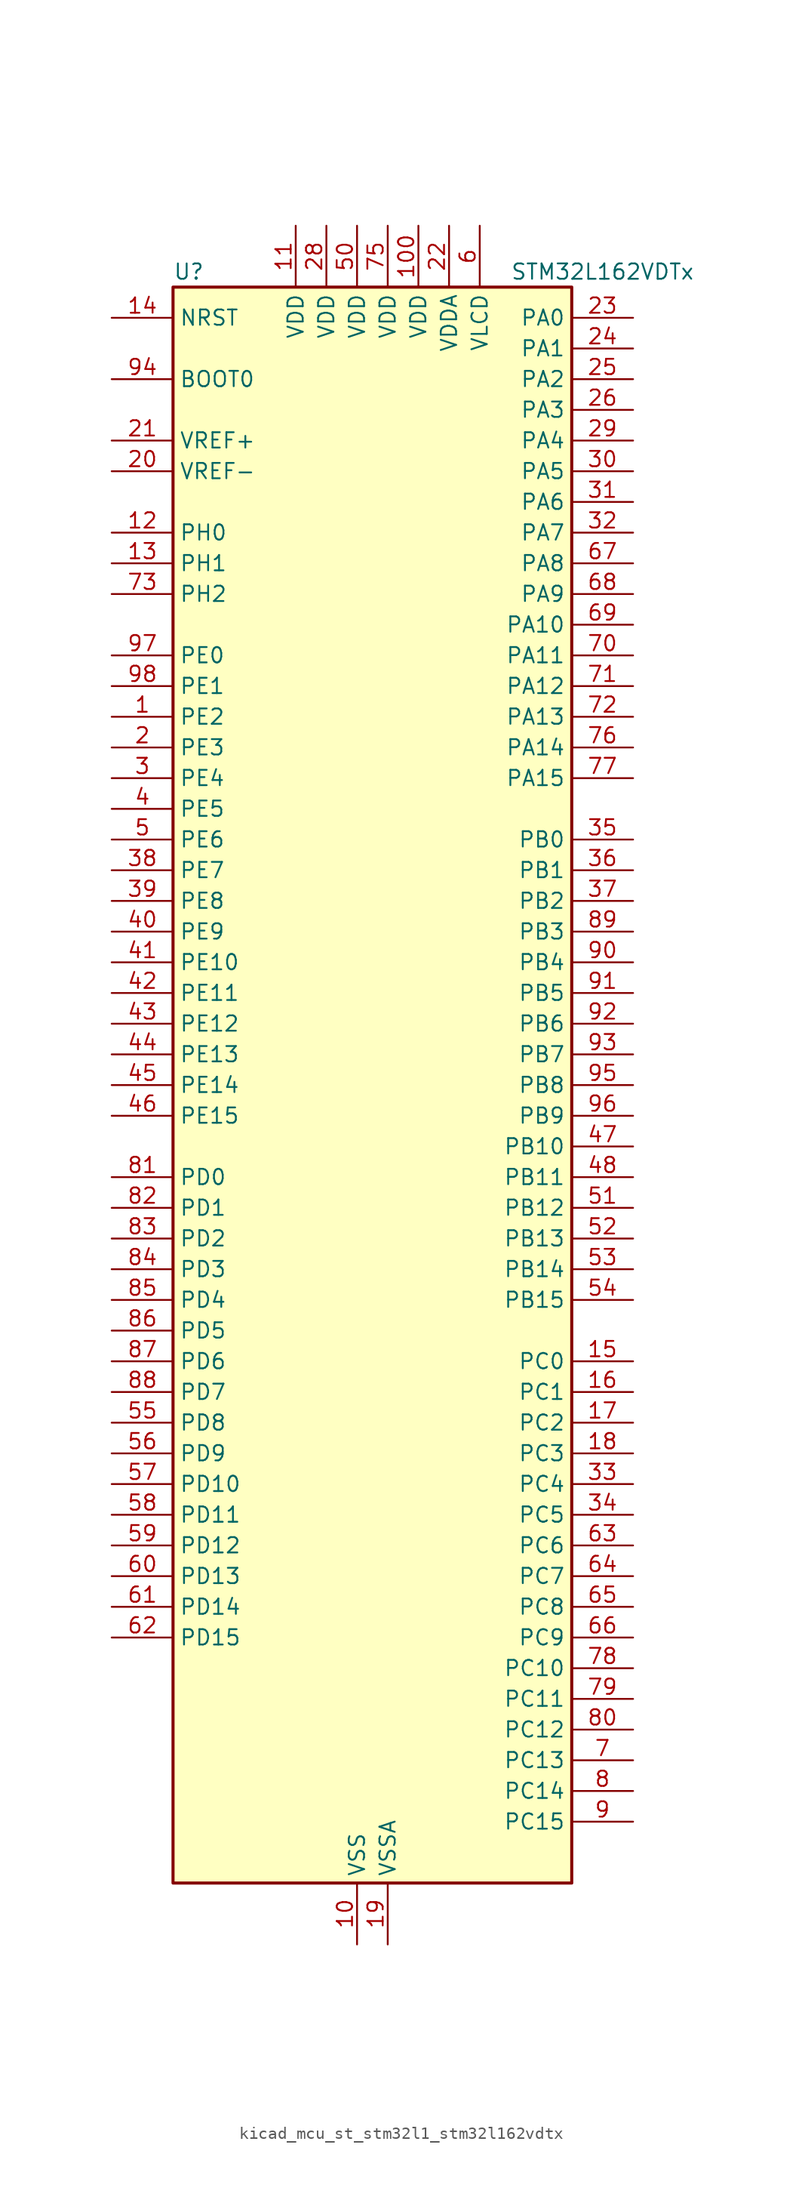
<source format=kicad_sym>
(kicad_symbol_lib
  (version 20220914)
  (generator kicad_symbol_editor)
  (symbol "kicad_mcu_st_stm32l1_stm32l162vdtx"
    (property "Reference" "U"
      (at -15.24 67.31 0)
      (effects (font (size 1.27 1.27)) (justify left)))
    (property "Value" "STM32L162VDTx"
      (at 12.7 67.31 0)
      (effects (font (size 1.27 1.27)) (justify left)))
    (property "ki_locked" ""
      (at 0 0 0)
      (effects (font (size 1.27 1.27))))
    (symbol "kicad_mcu_st_stm32l1_stm32l162vdtx_0_1"
      (rectangle (start -15.24 -66.04) (end 17.78 66.04) (stroke (width 0.254) (type default)) (fill (type background))))
    (symbol "kicad_mcu_st_stm32l1_stm32l162vdtx_1_1"
      (pin bidirectional line (at -20.32 30.48 0) (length 5.08) (name "PE2" (effects (font (size 1.27 1.27)))) (number "1" (effects (font (size 1.27 1.27)))) (alternate "FSMC_A23" bidirectional line) (alternate "LCD_SEG38" bidirectional line) (alternate "SYS_TRACECK" bidirectional line) (alternate "TIM3_ETR" bidirectional line) (alternate "TIMX_IC3" bidirectional line))
      (pin power_in line (at 0 -71.12 90) (length 5.08) (name "VSS" (effects (font (size 1.27 1.27)))) (number "10" (effects (font (size 1.27 1.27)))))
      (pin power_in line (at 5.08 71.12 270) (length 5.08) (name "VDD" (effects (font (size 1.27 1.27)))) (number "100" (effects (font (size 1.27 1.27)))))
      (pin power_in line (at -5.08 71.12 270) (length 5.08) (name "VDD" (effects (font (size 1.27 1.27)))) (number "11" (effects (font (size 1.27 1.27)))))
      (pin bidirectional line (at -20.32 45.72 0) (length 5.08) (name "PH0" (effects (font (size 1.27 1.27)))) (number "12" (effects (font (size 1.27 1.27)))) (alternate "RCC_OSC_IN" bidirectional line))
      (pin bidirectional line (at -20.32 43.18 0) (length 5.08) (name "PH1" (effects (font (size 1.27 1.27)))) (number "13" (effects (font (size 1.27 1.27)))) (alternate "RCC_OSC_OUT" bidirectional line))
      (pin input line (at -20.32 63.5 0) (length 5.08) (name "NRST" (effects (font (size 1.27 1.27)))) (number "14" (effects (font (size 1.27 1.27)))))
      (pin bidirectional line (at 22.86 -22.86 180) (length 5.08) (name "PC0" (effects (font (size 1.27 1.27)))) (number "15" (effects (font (size 1.27 1.27)))) (alternate "ADC_IN10" bidirectional line) (alternate "COMP1_INP" bidirectional line) (alternate "LCD_SEG18" bidirectional line) (alternate "TIMX_IC1" bidirectional line) (alternate "TS_G8_IO1" bidirectional line))
      (pin bidirectional line (at 22.86 -25.4 180) (length 5.08) (name "PC1" (effects (font (size 1.27 1.27)))) (number "16" (effects (font (size 1.27 1.27)))) (alternate "ADC_IN11" bidirectional line) (alternate "COMP1_INP" bidirectional line) (alternate "LCD_SEG19" bidirectional line) (alternate "OPAMP3_VINP" bidirectional line) (alternate "TIMX_IC2" bidirectional line) (alternate "TS_G8_IO2" bidirectional line))
      (pin bidirectional line (at 22.86 -27.94 180) (length 5.08) (name "PC2" (effects (font (size 1.27 1.27)))) (number "17" (effects (font (size 1.27 1.27)))) (alternate "ADC_IN12" bidirectional line) (alternate "COMP1_INP" bidirectional line) (alternate "LCD_SEG20" bidirectional line) (alternate "OPAMP3_VINM" bidirectional line) (alternate "TIMX_IC3" bidirectional line) (alternate "TS_G8_IO3" bidirectional line))
      (pin bidirectional line (at 22.86 -30.48 180) (length 5.08) (name "PC3" (effects (font (size 1.27 1.27)))) (number "18" (effects (font (size 1.27 1.27)))) (alternate "ADC_IN13" bidirectional line) (alternate "COMP1_INP" bidirectional line) (alternate "LCD_SEG21" bidirectional line) (alternate "OPAMP3_VOUT" bidirectional line) (alternate "TIMX_IC4" bidirectional line) (alternate "TS_G8_IO4" bidirectional line))
      (pin power_in line (at 2.54 -71.12 90) (length 5.08) (name "VSSA" (effects (font (size 1.27 1.27)))) (number "19" (effects (font (size 1.27 1.27)))))
      (pin bidirectional line (at -20.32 27.94 0) (length 5.08) (name "PE3" (effects (font (size 1.27 1.27)))) (number "2" (effects (font (size 1.27 1.27)))) (alternate "FSMC_A19" bidirectional line) (alternate "LCD_SEG39" bidirectional line) (alternate "SYS_TRACED0" bidirectional line) (alternate "TIM3_CH1" bidirectional line) (alternate "TIMX_IC4" bidirectional line))
      (pin input line (at -20.32 50.8 0) (length 5.08) (name "VREF-" (effects (font (size 1.27 1.27)))) (number "20" (effects (font (size 1.27 1.27)))))
      (pin input line (at -20.32 53.34 0) (length 5.08) (name "VREF+" (effects (font (size 1.27 1.27)))) (number "21" (effects (font (size 1.27 1.27)))))
      (pin power_in line (at 7.62 71.12 270) (length 5.08) (name "VDDA" (effects (font (size 1.27 1.27)))) (number "22" (effects (font (size 1.27 1.27)))))
      (pin bidirectional line (at 22.86 63.5 180) (length 5.08) (name "PA0" (effects (font (size 1.27 1.27)))) (number "23" (effects (font (size 1.27 1.27)))) (alternate "ADC_IN0" bidirectional line) (alternate "COMP1_INP" bidirectional line) (alternate "RTC_TAMP2" bidirectional line) (alternate "SYS_WKUP1" bidirectional line) (alternate "TIM2_CH1" bidirectional line) (alternate "TIM2_ETR" bidirectional line) (alternate "TIM5_CH1" bidirectional line) (alternate "TIMX_IC1" bidirectional line) (alternate "TS_G1_IO1" bidirectional line) (alternate "USART2_CTS" bidirectional line))
      (pin bidirectional line (at 22.86 60.96 180) (length 5.08) (name "PA1" (effects (font (size 1.27 1.27)))) (number "24" (effects (font (size 1.27 1.27)))) (alternate "ADC_IN1" bidirectional line) (alternate "COMP1_INP" bidirectional line) (alternate "LCD_SEG0" bidirectional line) (alternate "OPAMP1_VINP" bidirectional line) (alternate "TIM2_CH2" bidirectional line) (alternate "TIM5_CH2" bidirectional line) (alternate "TIMX_IC2" bidirectional line) (alternate "TS_G1_IO2" bidirectional line) (alternate "USART2_RTS" bidirectional line))
      (pin bidirectional line (at 22.86 58.42 180) (length 5.08) (name "PA2" (effects (font (size 1.27 1.27)))) (number "25" (effects (font (size 1.27 1.27)))) (alternate "ADC_IN2" bidirectional line) (alternate "COMP1_INP" bidirectional line) (alternate "LCD_SEG1" bidirectional line) (alternate "OPAMP1_VINM" bidirectional line) (alternate "TIM2_CH3" bidirectional line) (alternate "TIM5_CH3" bidirectional line) (alternate "TIM9_CH1" bidirectional line) (alternate "TIMX_IC3" bidirectional line) (alternate "TS_G1_IO3" bidirectional line) (alternate "USART2_TX" bidirectional line))
      (pin bidirectional line (at 22.86 55.88 180) (length 5.08) (name "PA3" (effects (font (size 1.27 1.27)))) (number "26" (effects (font (size 1.27 1.27)))) (alternate "ADC_IN3" bidirectional line) (alternate "COMP1_INP" bidirectional line) (alternate "LCD_SEG2" bidirectional line) (alternate "OPAMP1_VOUT" bidirectional line) (alternate "TIM2_CH4" bidirectional line) (alternate "TIM5_CH4" bidirectional line) (alternate "TIM9_CH2" bidirectional line) (alternate "TIMX_IC4" bidirectional line) (alternate "TS_G1_IO4" bidirectional line) (alternate "USART2_RX" bidirectional line))
      (pin passive line (at 0 -71.12 90) (length 5.08) hide (name "VSS" (effects (font (size 1.27 1.27)))) (number "27" (effects (font (size 1.27 1.27)))))
      (pin power_in line (at -2.54 71.12 270) (length 5.08) (name "VDD" (effects (font (size 1.27 1.27)))) (number "28" (effects (font (size 1.27 1.27)))))
      (pin bidirectional line (at 22.86 53.34 180) (length 5.08) (name "PA4" (effects (font (size 1.27 1.27)))) (number "29" (effects (font (size 1.27 1.27)))) (alternate "ADC_IN4" bidirectional line) (alternate "COMP1_INP" bidirectional line) (alternate "DAC_OUT1" bidirectional line) (alternate "I2S3_WS" bidirectional line) (alternate "SPI1_NSS" bidirectional line) (alternate "SPI3_NSS" bidirectional line) (alternate "TIMX_IC1" bidirectional line) (alternate "USART2_CK" bidirectional line))
      (pin bidirectional line (at -20.32 25.4 0) (length 5.08) (name "PE4" (effects (font (size 1.27 1.27)))) (number "3" (effects (font (size 1.27 1.27)))) (alternate "FSMC_A20" bidirectional line) (alternate "SYS_TRACED1" bidirectional line) (alternate "TIM3_CH2" bidirectional line) (alternate "TIMX_IC1" bidirectional line))
      (pin bidirectional line (at 22.86 50.8 180) (length 5.08) (name "PA5" (effects (font (size 1.27 1.27)))) (number "30" (effects (font (size 1.27 1.27)))) (alternate "ADC_IN5" bidirectional line) (alternate "COMP1_INP" bidirectional line) (alternate "DAC_OUT2" bidirectional line) (alternate "SPI1_SCK" bidirectional line) (alternate "TIM2_CH1" bidirectional line) (alternate "TIM2_ETR" bidirectional line) (alternate "TIMX_IC2" bidirectional line))
      (pin bidirectional line (at 22.86 48.26 180) (length 5.08) (name "PA6" (effects (font (size 1.27 1.27)))) (number "31" (effects (font (size 1.27 1.27)))) (alternate "ADC_IN6" bidirectional line) (alternate "COMP1_INP" bidirectional line) (alternate "LCD_SEG3" bidirectional line) (alternate "OPAMP2_VINP" bidirectional line) (alternate "SPI1_MISO" bidirectional line) (alternate "TIM10_CH1" bidirectional line) (alternate "TIM3_CH1" bidirectional line) (alternate "TIMX_IC3" bidirectional line) (alternate "TS_G2_IO1" bidirectional line))
      (pin bidirectional line (at 22.86 45.72 180) (length 5.08) (name "PA7" (effects (font (size 1.27 1.27)))) (number "32" (effects (font (size 1.27 1.27)))) (alternate "ADC_IN7" bidirectional line) (alternate "COMP1_INP" bidirectional line) (alternate "LCD_SEG4" bidirectional line) (alternate "OPAMP2_VINM" bidirectional line) (alternate "SPI1_MOSI" bidirectional line) (alternate "TIM11_CH1" bidirectional line) (alternate "TIM3_CH2" bidirectional line) (alternate "TIMX_IC4" bidirectional line) (alternate "TS_G2_IO2" bidirectional line))
      (pin bidirectional line (at 22.86 -33.02 180) (length 5.08) (name "PC4" (effects (font (size 1.27 1.27)))) (number "33" (effects (font (size 1.27 1.27)))) (alternate "ADC_IN14" bidirectional line) (alternate "COMP1_INP" bidirectional line) (alternate "LCD_SEG22" bidirectional line) (alternate "TIMX_IC1" bidirectional line) (alternate "TS_G9_IO1" bidirectional line))
      (pin bidirectional line (at 22.86 -35.56 180) (length 5.08) (name "PC5" (effects (font (size 1.27 1.27)))) (number "34" (effects (font (size 1.27 1.27)))) (alternate "ADC_IN15" bidirectional line) (alternate "COMP1_INP" bidirectional line) (alternate "LCD_SEG23" bidirectional line) (alternate "TIMX_IC2" bidirectional line) (alternate "TS_G9_IO2" bidirectional line))
      (pin bidirectional line (at 22.86 20.32 180) (length 5.08) (name "PB0" (effects (font (size 1.27 1.27)))) (number "35" (effects (font (size 1.27 1.27)))) (alternate "ADC_IN8" bidirectional line) (alternate "COMP1_INP" bidirectional line) (alternate "LCD_SEG5" bidirectional line) (alternate "OPAMP2_VOUT" bidirectional line) (alternate "SYS_V_REF_OUT" bidirectional line) (alternate "TIM3_CH3" bidirectional line) (alternate "TS_G3_IO1" bidirectional line))
      (pin bidirectional line (at 22.86 17.78 180) (length 5.08) (name "PB1" (effects (font (size 1.27 1.27)))) (number "36" (effects (font (size 1.27 1.27)))) (alternate "ADC_IN9" bidirectional line) (alternate "COMP1_INP" bidirectional line) (alternate "LCD_SEG6" bidirectional line) (alternate "SYS_V_REF_OUT" bidirectional line) (alternate "TIM3_CH4" bidirectional line) (alternate "TS_G3_IO2" bidirectional line))
      (pin bidirectional line (at 22.86 15.24 180) (length 5.08) (name "PB2" (effects (font (size 1.27 1.27)))) (number "37" (effects (font (size 1.27 1.27)))) (alternate "TS_G3_IO3" bidirectional line))
      (pin bidirectional line (at -20.32 17.78 0) (length 5.08) (name "PE7" (effects (font (size 1.27 1.27)))) (number "38" (effects (font (size 1.27 1.27)))) (alternate "ADC_IN22" bidirectional line) (alternate "COMP1_INP" bidirectional line) (alternate "FSMC_D4" bidirectional line) (alternate "FSMC_DA4" bidirectional line) (alternate "TIMX_IC4" bidirectional line))
      (pin bidirectional line (at -20.32 15.24 0) (length 5.08) (name "PE8" (effects (font (size 1.27 1.27)))) (number "39" (effects (font (size 1.27 1.27)))) (alternate "ADC_IN23" bidirectional line) (alternate "COMP1_INP" bidirectional line) (alternate "FSMC_D5" bidirectional line) (alternate "FSMC_DA5" bidirectional line) (alternate "TIMX_IC1" bidirectional line))
      (pin bidirectional line (at -20.32 22.86 0) (length 5.08) (name "PE5" (effects (font (size 1.27 1.27)))) (number "4" (effects (font (size 1.27 1.27)))) (alternate "FSMC_A21" bidirectional line) (alternate "SYS_TRACED2" bidirectional line) (alternate "TIM9_CH1" bidirectional line) (alternate "TIMX_IC2" bidirectional line))
      (pin bidirectional line (at -20.32 12.7 0) (length 5.08) (name "PE9" (effects (font (size 1.27 1.27)))) (number "40" (effects (font (size 1.27 1.27)))) (alternate "ADC_IN24" bidirectional line) (alternate "COMP1_INP" bidirectional line) (alternate "DAC_EXTI9" bidirectional line) (alternate "FSMC_D6" bidirectional line) (alternate "FSMC_DA6" bidirectional line) (alternate "TIM2_CH1" bidirectional line) (alternate "TIM2_ETR" bidirectional line) (alternate "TIMX_IC2" bidirectional line))
      (pin bidirectional line (at -20.32 10.16 0) (length 5.08) (name "PE10" (effects (font (size 1.27 1.27)))) (number "41" (effects (font (size 1.27 1.27)))) (alternate "ADC_IN25" bidirectional line) (alternate "COMP1_INP" bidirectional line) (alternate "FSMC_D7" bidirectional line) (alternate "FSMC_DA7" bidirectional line) (alternate "TIM2_CH2" bidirectional line) (alternate "TIMX_IC3" bidirectional line))
      (pin bidirectional line (at -20.32 7.62 0) (length 5.08) (name "PE11" (effects (font (size 1.27 1.27)))) (number "42" (effects (font (size 1.27 1.27)))) (alternate "ADC_EXTI11" bidirectional line) (alternate "FSMC_D8" bidirectional line) (alternate "FSMC_DA8" bidirectional line) (alternate "TIM2_CH3" bidirectional line) (alternate "TIMX_IC4" bidirectional line))
      (pin bidirectional line (at -20.32 5.08 0) (length 5.08) (name "PE12" (effects (font (size 1.27 1.27)))) (number "43" (effects (font (size 1.27 1.27)))) (alternate "FSMC_D9" bidirectional line) (alternate "FSMC_DA9" bidirectional line) (alternate "SPI1_NSS" bidirectional line) (alternate "TIM2_CH4" bidirectional line) (alternate "TIMX_IC1" bidirectional line))
      (pin bidirectional line (at -20.32 2.54 0) (length 5.08) (name "PE13" (effects (font (size 1.27 1.27)))) (number "44" (effects (font (size 1.27 1.27)))) (alternate "FSMC_D10" bidirectional line) (alternate "FSMC_DA10" bidirectional line) (alternate "SPI1_SCK" bidirectional line) (alternate "TIMX_IC2" bidirectional line))
      (pin bidirectional line (at -20.32 0 0) (length 5.08) (name "PE14" (effects (font (size 1.27 1.27)))) (number "45" (effects (font (size 1.27 1.27)))) (alternate "FSMC_D11" bidirectional line) (alternate "FSMC_DA11" bidirectional line) (alternate "SPI1_MISO" bidirectional line) (alternate "TIMX_IC3" bidirectional line))
      (pin bidirectional line (at -20.32 -2.54 0) (length 5.08) (name "PE15" (effects (font (size 1.27 1.27)))) (number "46" (effects (font (size 1.27 1.27)))) (alternate "ADC_EXTI15" bidirectional line) (alternate "FSMC_D12" bidirectional line) (alternate "FSMC_DA12" bidirectional line) (alternate "SPI1_MOSI" bidirectional line) (alternate "TIMX_IC4" bidirectional line))
      (pin bidirectional line (at 22.86 -5.08 180) (length 5.08) (name "PB10" (effects (font (size 1.27 1.27)))) (number "47" (effects (font (size 1.27 1.27)))) (alternate "I2C2_SCL" bidirectional line) (alternate "LCD_SEG10" bidirectional line) (alternate "TIM2_CH3" bidirectional line) (alternate "USART3_TX" bidirectional line))
      (pin bidirectional line (at 22.86 -7.62 180) (length 5.08) (name "PB11" (effects (font (size 1.27 1.27)))) (number "48" (effects (font (size 1.27 1.27)))) (alternate "ADC_EXTI11" bidirectional line) (alternate "I2C2_SDA" bidirectional line) (alternate "LCD_SEG11" bidirectional line) (alternate "TIM2_CH4" bidirectional line) (alternate "USART3_RX" bidirectional line))
      (pin passive line (at 0 -71.12 90) (length 5.08) hide (name "VSS" (effects (font (size 1.27 1.27)))) (number "49" (effects (font (size 1.27 1.27)))))
      (pin bidirectional line (at -20.32 20.32 0) (length 5.08) (name "PE6" (effects (font (size 1.27 1.27)))) (number "5" (effects (font (size 1.27 1.27)))) (alternate "RTC_TAMP3" bidirectional line) (alternate "SYS_TRACED3" bidirectional line) (alternate "SYS_WKUP3" bidirectional line) (alternate "TIM9_CH2" bidirectional line) (alternate "TIMX_IC3" bidirectional line))
      (pin power_in line (at 0 71.12 270) (length 5.08) (name "VDD" (effects (font (size 1.27 1.27)))) (number "50" (effects (font (size 1.27 1.27)))))
      (pin bidirectional line (at 22.86 -10.16 180) (length 5.08) (name "PB12" (effects (font (size 1.27 1.27)))) (number "51" (effects (font (size 1.27 1.27)))) (alternate "ADC_IN18" bidirectional line) (alternate "COMP1_INP" bidirectional line) (alternate "I2C2_SMBA" bidirectional line) (alternate "I2S2_WS" bidirectional line) (alternate "LCD_SEG12" bidirectional line) (alternate "SPI2_NSS" bidirectional line) (alternate "TIM10_CH1" bidirectional line) (alternate "TS_G7_IO1" bidirectional line) (alternate "USART3_CK" bidirectional line))
      (pin bidirectional line (at 22.86 -12.7 180) (length 5.08) (name "PB13" (effects (font (size 1.27 1.27)))) (number "52" (effects (font (size 1.27 1.27)))) (alternate "ADC_IN19" bidirectional line) (alternate "COMP1_INP" bidirectional line) (alternate "I2S2_CK" bidirectional line) (alternate "LCD_SEG13" bidirectional line) (alternate "SPI2_SCK" bidirectional line) (alternate "TIM9_CH1" bidirectional line) (alternate "TS_G7_IO2" bidirectional line) (alternate "USART3_CTS" bidirectional line))
      (pin bidirectional line (at 22.86 -15.24 180) (length 5.08) (name "PB14" (effects (font (size 1.27 1.27)))) (number "53" (effects (font (size 1.27 1.27)))) (alternate "ADC_IN20" bidirectional line) (alternate "COMP1_INP" bidirectional line) (alternate "LCD_SEG14" bidirectional line) (alternate "SPI2_MISO" bidirectional line) (alternate "TIM9_CH2" bidirectional line) (alternate "TS_G7_IO3" bidirectional line) (alternate "USART3_RTS" bidirectional line))
      (pin bidirectional line (at 22.86 -17.78 180) (length 5.08) (name "PB15" (effects (font (size 1.27 1.27)))) (number "54" (effects (font (size 1.27 1.27)))) (alternate "ADC_EXTI15" bidirectional line) (alternate "ADC_IN21" bidirectional line) (alternate "COMP1_INP" bidirectional line) (alternate "I2S2_SD" bidirectional line) (alternate "LCD_SEG15" bidirectional line) (alternate "RTC_REFIN" bidirectional line) (alternate "SPI2_MOSI" bidirectional line) (alternate "TIM11_CH1" bidirectional line) (alternate "TS_G7_IO4" bidirectional line))
      (pin bidirectional line (at -20.32 -27.94 0) (length 5.08) (name "PD8" (effects (font (size 1.27 1.27)))) (number "55" (effects (font (size 1.27 1.27)))) (alternate "FSMC_D13" bidirectional line) (alternate "FSMC_DA13" bidirectional line) (alternate "LCD_SEG28" bidirectional line) (alternate "TIMX_IC1" bidirectional line) (alternate "USART3_TX" bidirectional line))
      (pin bidirectional line (at -20.32 -30.48 0) (length 5.08) (name "PD9" (effects (font (size 1.27 1.27)))) (number "56" (effects (font (size 1.27 1.27)))) (alternate "DAC_EXTI9" bidirectional line) (alternate "FSMC_D14" bidirectional line) (alternate "FSMC_DA14" bidirectional line) (alternate "LCD_SEG29" bidirectional line) (alternate "TIMX_IC2" bidirectional line) (alternate "USART3_RX" bidirectional line))
      (pin bidirectional line (at -20.32 -33.02 0) (length 5.08) (name "PD10" (effects (font (size 1.27 1.27)))) (number "57" (effects (font (size 1.27 1.27)))) (alternate "FSMC_D15" bidirectional line) (alternate "FSMC_DA15" bidirectional line) (alternate "LCD_SEG30" bidirectional line) (alternate "TIMX_IC3" bidirectional line) (alternate "USART3_CK" bidirectional line))
      (pin bidirectional line (at -20.32 -35.56 0) (length 5.08) (name "PD11" (effects (font (size 1.27 1.27)))) (number "58" (effects (font (size 1.27 1.27)))) (alternate "ADC_EXTI11" bidirectional line) (alternate "FSMC_A16" bidirectional line) (alternate "LCD_SEG31" bidirectional line) (alternate "TIMX_IC4" bidirectional line) (alternate "USART3_CTS" bidirectional line))
      (pin bidirectional line (at -20.32 -38.1 0) (length 5.08) (name "PD12" (effects (font (size 1.27 1.27)))) (number "59" (effects (font (size 1.27 1.27)))) (alternate "FSMC_A17" bidirectional line) (alternate "LCD_SEG32" bidirectional line) (alternate "TIM4_CH1" bidirectional line) (alternate "TIMX_IC1" bidirectional line) (alternate "USART3_RTS" bidirectional line))
      (pin power_in line (at 10.16 71.12 270) (length 5.08) (name "VLCD" (effects (font (size 1.27 1.27)))) (number "6" (effects (font (size 1.27 1.27)))))
      (pin bidirectional line (at -20.32 -40.64 0) (length 5.08) (name "PD13" (effects (font (size 1.27 1.27)))) (number "60" (effects (font (size 1.27 1.27)))) (alternate "FSMC_A18" bidirectional line) (alternate "LCD_SEG33" bidirectional line) (alternate "TIM4_CH2" bidirectional line) (alternate "TIMX_IC2" bidirectional line))
      (pin bidirectional line (at -20.32 -43.18 0) (length 5.08) (name "PD14" (effects (font (size 1.27 1.27)))) (number "61" (effects (font (size 1.27 1.27)))) (alternate "FSMC_D0" bidirectional line) (alternate "FSMC_DA0" bidirectional line) (alternate "LCD_SEG34" bidirectional line) (alternate "TIM4_CH3" bidirectional line) (alternate "TIMX_IC3" bidirectional line))
      (pin bidirectional line (at -20.32 -45.72 0) (length 5.08) (name "PD15" (effects (font (size 1.27 1.27)))) (number "62" (effects (font (size 1.27 1.27)))) (alternate "ADC_EXTI15" bidirectional line) (alternate "FSMC_D1" bidirectional line) (alternate "FSMC_DA1" bidirectional line) (alternate "LCD_SEG35" bidirectional line) (alternate "TIM4_CH4" bidirectional line) (alternate "TIMX_IC4" bidirectional line))
      (pin bidirectional line (at 22.86 -38.1 180) (length 5.08) (name "PC6" (effects (font (size 1.27 1.27)))) (number "63" (effects (font (size 1.27 1.27)))) (alternate "I2S2_MCK" bidirectional line) (alternate "LCD_SEG24" bidirectional line) (alternate "SDIO_D6" bidirectional line) (alternate "TIM3_CH1" bidirectional line) (alternate "TIMX_IC3" bidirectional line) (alternate "TS_G10_IO1" bidirectional line))
      (pin bidirectional line (at 22.86 -40.64 180) (length 5.08) (name "PC7" (effects (font (size 1.27 1.27)))) (number "64" (effects (font (size 1.27 1.27)))) (alternate "I2S3_MCK" bidirectional line) (alternate "LCD_SEG25" bidirectional line) (alternate "SDIO_D7" bidirectional line) (alternate "TIM3_CH2" bidirectional line) (alternate "TIMX_IC4" bidirectional line) (alternate "TS_G10_IO2" bidirectional line))
      (pin bidirectional line (at 22.86 -43.18 180) (length 5.08) (name "PC8" (effects (font (size 1.27 1.27)))) (number "65" (effects (font (size 1.27 1.27)))) (alternate "LCD_SEG26" bidirectional line) (alternate "SDIO_D0" bidirectional line) (alternate "TIM3_CH3" bidirectional line) (alternate "TIMX_IC1" bidirectional line) (alternate "TS_G10_IO3" bidirectional line))
      (pin bidirectional line (at 22.86 -45.72 180) (length 5.08) (name "PC9" (effects (font (size 1.27 1.27)))) (number "66" (effects (font (size 1.27 1.27)))) (alternate "DAC_EXTI9" bidirectional line) (alternate "LCD_SEG27" bidirectional line) (alternate "SDIO_D1" bidirectional line) (alternate "TIM3_CH4" bidirectional line) (alternate "TIMX_IC2" bidirectional line) (alternate "TS_G10_IO4" bidirectional line))
      (pin bidirectional line (at 22.86 43.18 180) (length 5.08) (name "PA8" (effects (font (size 1.27 1.27)))) (number "67" (effects (font (size 1.27 1.27)))) (alternate "LCD_COM0" bidirectional line) (alternate "RCC_MCO" bidirectional line) (alternate "TIMX_IC1" bidirectional line) (alternate "TS_G4_IO1" bidirectional line) (alternate "USART1_CK" bidirectional line))
      (pin bidirectional line (at 22.86 40.64 180) (length 5.08) (name "PA9" (effects (font (size 1.27 1.27)))) (number "68" (effects (font (size 1.27 1.27)))) (alternate "DAC_EXTI9" bidirectional line) (alternate "LCD_COM1" bidirectional line) (alternate "TIMX_IC2" bidirectional line) (alternate "TS_G4_IO2" bidirectional line) (alternate "USART1_TX" bidirectional line))
      (pin bidirectional line (at 22.86 38.1 180) (length 5.08) (name "PA10" (effects (font (size 1.27 1.27)))) (number "69" (effects (font (size 1.27 1.27)))) (alternate "LCD_COM2" bidirectional line) (alternate "TIMX_IC3" bidirectional line) (alternate "TS_G4_IO3" bidirectional line) (alternate "USART1_RX" bidirectional line))
      (pin bidirectional line (at 22.86 -55.88 180) (length 5.08) (name "PC13" (effects (font (size 1.27 1.27)))) (number "7" (effects (font (size 1.27 1.27)))) (alternate "RTC_OUT_ALARM" bidirectional line) (alternate "RTC_OUT_CALIB" bidirectional line) (alternate "RTC_TAMP1" bidirectional line) (alternate "RTC_TS" bidirectional line) (alternate "SYS_WKUP2" bidirectional line) (alternate "TIMX_IC2" bidirectional line))
      (pin bidirectional line (at 22.86 35.56 180) (length 5.08) (name "PA11" (effects (font (size 1.27 1.27)))) (number "70" (effects (font (size 1.27 1.27)))) (alternate "ADC_EXTI11" bidirectional line) (alternate "SPI1_MISO" bidirectional line) (alternate "TIMX_IC4" bidirectional line) (alternate "USART1_CTS" bidirectional line) (alternate "USB_DM" bidirectional line))
      (pin bidirectional line (at 22.86 33.02 180) (length 5.08) (name "PA12" (effects (font (size 1.27 1.27)))) (number "71" (effects (font (size 1.27 1.27)))) (alternate "SPI1_MOSI" bidirectional line) (alternate "TIMX_IC1" bidirectional line) (alternate "USART1_RTS" bidirectional line) (alternate "USB_DP" bidirectional line))
      (pin bidirectional line (at 22.86 30.48 180) (length 5.08) (name "PA13" (effects (font (size 1.27 1.27)))) (number "72" (effects (font (size 1.27 1.27)))) (alternate "SYS_JTMS-SWDIO" bidirectional line) (alternate "TIMX_IC2" bidirectional line) (alternate "TS_G5_IO1" bidirectional line))
      (pin bidirectional line (at -20.32 40.64 0) (length 5.08) (name "PH2" (effects (font (size 1.27 1.27)))) (number "73" (effects (font (size 1.27 1.27)))) (alternate "FSMC_A22" bidirectional line))
      (pin passive line (at 0 -71.12 90) (length 5.08) hide (name "VSS" (effects (font (size 1.27 1.27)))) (number "74" (effects (font (size 1.27 1.27)))))
      (pin power_in line (at 2.54 71.12 270) (length 5.08) (name "VDD" (effects (font (size 1.27 1.27)))) (number "75" (effects (font (size 1.27 1.27)))))
      (pin bidirectional line (at 22.86 27.94 180) (length 5.08) (name "PA14" (effects (font (size 1.27 1.27)))) (number "76" (effects (font (size 1.27 1.27)))) (alternate "SYS_JTCK-SWCLK" bidirectional line) (alternate "TIMX_IC3" bidirectional line) (alternate "TS_G5_IO2" bidirectional line))
      (pin bidirectional line (at 22.86 25.4 180) (length 5.08) (name "PA15" (effects (font (size 1.27 1.27)))) (number "77" (effects (font (size 1.27 1.27)))) (alternate "ADC_EXTI15" bidirectional line) (alternate "I2S3_WS" bidirectional line) (alternate "LCD_SEG17" bidirectional line) (alternate "SPI1_NSS" bidirectional line) (alternate "SPI3_NSS" bidirectional line) (alternate "SYS_JTDI" bidirectional line) (alternate "TIM2_CH1" bidirectional line) (alternate "TIM2_ETR" bidirectional line) (alternate "TIMX_IC4" bidirectional line) (alternate "TS_G5_IO3" bidirectional line))
      (pin bidirectional line (at 22.86 -48.26 180) (length 5.08) (name "PC10" (effects (font (size 1.27 1.27)))) (number "78" (effects (font (size 1.27 1.27)))) (alternate "I2S3_CK" bidirectional line) (alternate "LCD_COM4" bidirectional line) (alternate "LCD_SEG28" bidirectional line) (alternate "LCD_SEG40" bidirectional line) (alternate "SDIO_D2" bidirectional line) (alternate "SPI3_SCK" bidirectional line) (alternate "TIMX_IC3" bidirectional line) (alternate "UART4_TX" bidirectional line) (alternate "USART3_TX" bidirectional line))
      (pin bidirectional line (at 22.86 -50.8 180) (length 5.08) (name "PC11" (effects (font (size 1.27 1.27)))) (number "79" (effects (font (size 1.27 1.27)))) (alternate "ADC_EXTI11" bidirectional line) (alternate "LCD_COM5" bidirectional line) (alternate "LCD_SEG29" bidirectional line) (alternate "LCD_SEG41" bidirectional line) (alternate "SDIO_D3" bidirectional line) (alternate "SPI3_MISO" bidirectional line) (alternate "TIMX_IC4" bidirectional line) (alternate "UART4_RX" bidirectional line) (alternate "USART3_RX" bidirectional line))
      (pin bidirectional line (at 22.86 -58.42 180) (length 5.08) (name "PC14" (effects (font (size 1.27 1.27)))) (number "8" (effects (font (size 1.27 1.27)))) (alternate "RCC_OSC32_IN" bidirectional line) (alternate "TIMX_IC3" bidirectional line))
      (pin bidirectional line (at 22.86 -53.34 180) (length 5.08) (name "PC12" (effects (font (size 1.27 1.27)))) (number "80" (effects (font (size 1.27 1.27)))) (alternate "I2S3_SD" bidirectional line) (alternate "LCD_COM6" bidirectional line) (alternate "LCD_SEG30" bidirectional line) (alternate "LCD_SEG42" bidirectional line) (alternate "SDIO_CK" bidirectional line) (alternate "SPI3_MOSI" bidirectional line) (alternate "TIMX_IC1" bidirectional line) (alternate "UART5_TX" bidirectional line) (alternate "USART3_CK" bidirectional line))
      (pin bidirectional line (at -20.32 -7.62 0) (length 5.08) (name "PD0" (effects (font (size 1.27 1.27)))) (number "81" (effects (font (size 1.27 1.27)))) (alternate "FSMC_D2" bidirectional line) (alternate "FSMC_DA2" bidirectional line) (alternate "I2S2_WS" bidirectional line) (alternate "SPI2_NSS" bidirectional line) (alternate "TIM9_CH1" bidirectional line) (alternate "TIMX_IC1" bidirectional line))
      (pin bidirectional line (at -20.32 -10.16 0) (length 5.08) (name "PD1" (effects (font (size 1.27 1.27)))) (number "82" (effects (font (size 1.27 1.27)))) (alternate "FSMC_D3" bidirectional line) (alternate "FSMC_DA3" bidirectional line) (alternate "I2S2_CK" bidirectional line) (alternate "SPI2_SCK" bidirectional line) (alternate "TIMX_IC2" bidirectional line))
      (pin bidirectional line (at -20.32 -12.7 0) (length 5.08) (name "PD2" (effects (font (size 1.27 1.27)))) (number "83" (effects (font (size 1.27 1.27)))) (alternate "LCD_COM7" bidirectional line) (alternate "LCD_SEG31" bidirectional line) (alternate "LCD_SEG43" bidirectional line) (alternate "SDIO_CMD" bidirectional line) (alternate "TIM3_ETR" bidirectional line) (alternate "TIMX_IC3" bidirectional line) (alternate "UART5_RX" bidirectional line))
      (pin bidirectional line (at -20.32 -15.24 0) (length 5.08) (name "PD3" (effects (font (size 1.27 1.27)))) (number "84" (effects (font (size 1.27 1.27)))) (alternate "FSMC_CLK" bidirectional line) (alternate "SPI2_MISO" bidirectional line) (alternate "TIMX_IC4" bidirectional line) (alternate "USART2_CTS" bidirectional line))
      (pin bidirectional line (at -20.32 -17.78 0) (length 5.08) (name "PD4" (effects (font (size 1.27 1.27)))) (number "85" (effects (font (size 1.27 1.27)))) (alternate "FSMC_NOE" bidirectional line) (alternate "I2S2_SD" bidirectional line) (alternate "SPI2_MOSI" bidirectional line) (alternate "TIMX_IC1" bidirectional line) (alternate "USART2_RTS" bidirectional line))
      (pin bidirectional line (at -20.32 -20.32 0) (length 5.08) (name "PD5" (effects (font (size 1.27 1.27)))) (number "86" (effects (font (size 1.27 1.27)))) (alternate "FSMC_NWE" bidirectional line) (alternate "TIMX_IC2" bidirectional line) (alternate "USART2_TX" bidirectional line))
      (pin bidirectional line (at -20.32 -22.86 0) (length 5.08) (name "PD6" (effects (font (size 1.27 1.27)))) (number "87" (effects (font (size 1.27 1.27)))) (alternate "FSMC_NWAIT" bidirectional line) (alternate "TIMX_IC3" bidirectional line) (alternate "USART2_RX" bidirectional line))
      (pin bidirectional line (at -20.32 -25.4 0) (length 5.08) (name "PD7" (effects (font (size 1.27 1.27)))) (number "88" (effects (font (size 1.27 1.27)))) (alternate "FSMC_NE1" bidirectional line) (alternate "TIM9_CH2" bidirectional line) (alternate "TIMX_IC4" bidirectional line) (alternate "USART2_CK" bidirectional line))
      (pin bidirectional line (at 22.86 12.7 180) (length 5.08) (name "PB3" (effects (font (size 1.27 1.27)))) (number "89" (effects (font (size 1.27 1.27)))) (alternate "COMP2_INM" bidirectional line) (alternate "I2S3_CK" bidirectional line) (alternate "LCD_SEG7" bidirectional line) (alternate "SPI1_SCK" bidirectional line) (alternate "SPI3_SCK" bidirectional line) (alternate "SYS_JTDO-TRACESWO" bidirectional line) (alternate "TIM2_CH2" bidirectional line))
      (pin bidirectional line (at 22.86 -60.96 180) (length 5.08) (name "PC15" (effects (font (size 1.27 1.27)))) (number "9" (effects (font (size 1.27 1.27)))) (alternate "ADC_EXTI15" bidirectional line) (alternate "RCC_OSC32_OUT" bidirectional line) (alternate "TIMX_IC4" bidirectional line))
      (pin bidirectional line (at 22.86 10.16 180) (length 5.08) (name "PB4" (effects (font (size 1.27 1.27)))) (number "90" (effects (font (size 1.27 1.27)))) (alternate "COMP2_INP" bidirectional line) (alternate "LCD_SEG8" bidirectional line) (alternate "SPI1_MISO" bidirectional line) (alternate "SPI3_MISO" bidirectional line) (alternate "SYS_JTRST" bidirectional line) (alternate "TIM3_CH1" bidirectional line) (alternate "TS_G6_IO1" bidirectional line))
      (pin bidirectional line (at 22.86 7.62 180) (length 5.08) (name "PB5" (effects (font (size 1.27 1.27)))) (number "91" (effects (font (size 1.27 1.27)))) (alternate "COMP2_INP" bidirectional line) (alternate "I2C1_SMBA" bidirectional line) (alternate "I2S3_SD" bidirectional line) (alternate "LCD_SEG9" bidirectional line) (alternate "SPI1_MOSI" bidirectional line) (alternate "SPI3_MOSI" bidirectional line) (alternate "TIM3_CH2" bidirectional line) (alternate "TS_G6_IO2" bidirectional line))
      (pin bidirectional line (at 22.86 5.08 180) (length 5.08) (name "PB6" (effects (font (size 1.27 1.27)))) (number "92" (effects (font (size 1.27 1.27)))) (alternate "COMP2_INP" bidirectional line) (alternate "I2C1_SCL" bidirectional line) (alternate "TIM4_CH1" bidirectional line) (alternate "TS_G6_IO3" bidirectional line) (alternate "USART1_TX" bidirectional line))
      (pin bidirectional line (at 22.86 2.54 180) (length 5.08) (name "PB7" (effects (font (size 1.27 1.27)))) (number "93" (effects (font (size 1.27 1.27)))) (alternate "COMP2_INP" bidirectional line) (alternate "FSMC_NL" bidirectional line) (alternate "I2C1_SDA" bidirectional line) (alternate "SYS_PVD_IN" bidirectional line) (alternate "TIM4_CH2" bidirectional line) (alternate "TS_G6_IO4" bidirectional line) (alternate "USART1_RX" bidirectional line))
      (pin input line (at -20.32 58.42 0) (length 5.08) (name "BOOT0" (effects (font (size 1.27 1.27)))) (number "94" (effects (font (size 1.27 1.27)))))
      (pin bidirectional line (at 22.86 0 180) (length 5.08) (name "PB8" (effects (font (size 1.27 1.27)))) (number "95" (effects (font (size 1.27 1.27)))) (alternate "I2C1_SCL" bidirectional line) (alternate "LCD_SEG16" bidirectional line) (alternate "SDIO_D4" bidirectional line) (alternate "TIM10_CH1" bidirectional line) (alternate "TIM4_CH3" bidirectional line))
      (pin bidirectional line (at 22.86 -2.54 180) (length 5.08) (name "PB9" (effects (font (size 1.27 1.27)))) (number "96" (effects (font (size 1.27 1.27)))) (alternate "DAC_EXTI9" bidirectional line) (alternate "I2C1_SDA" bidirectional line) (alternate "LCD_COM3" bidirectional line) (alternate "SDIO_D5" bidirectional line) (alternate "TIM11_CH1" bidirectional line) (alternate "TIM4_CH4" bidirectional line))
      (pin bidirectional line (at -20.32 35.56 0) (length 5.08) (name "PE0" (effects (font (size 1.27 1.27)))) (number "97" (effects (font (size 1.27 1.27)))) (alternate "FSMC_NBL0" bidirectional line) (alternate "LCD_SEG36" bidirectional line) (alternate "TIM10_CH1" bidirectional line) (alternate "TIM4_ETR" bidirectional line) (alternate "TIMX_IC1" bidirectional line))
      (pin bidirectional line (at -20.32 33.02 0) (length 5.08) (name "PE1" (effects (font (size 1.27 1.27)))) (number "98" (effects (font (size 1.27 1.27)))) (alternate "FSMC_NBL1" bidirectional line) (alternate "LCD_SEG37" bidirectional line) (alternate "TIM11_CH1" bidirectional line) (alternate "TIMX_IC2" bidirectional line))
      (pin passive line (at 0 -71.12 90) (length 5.08) hide (name "VSS" (effects (font (size 1.27 1.27)))) (number "99" (effects (font (size 1.27 1.27))))))))
</source>
